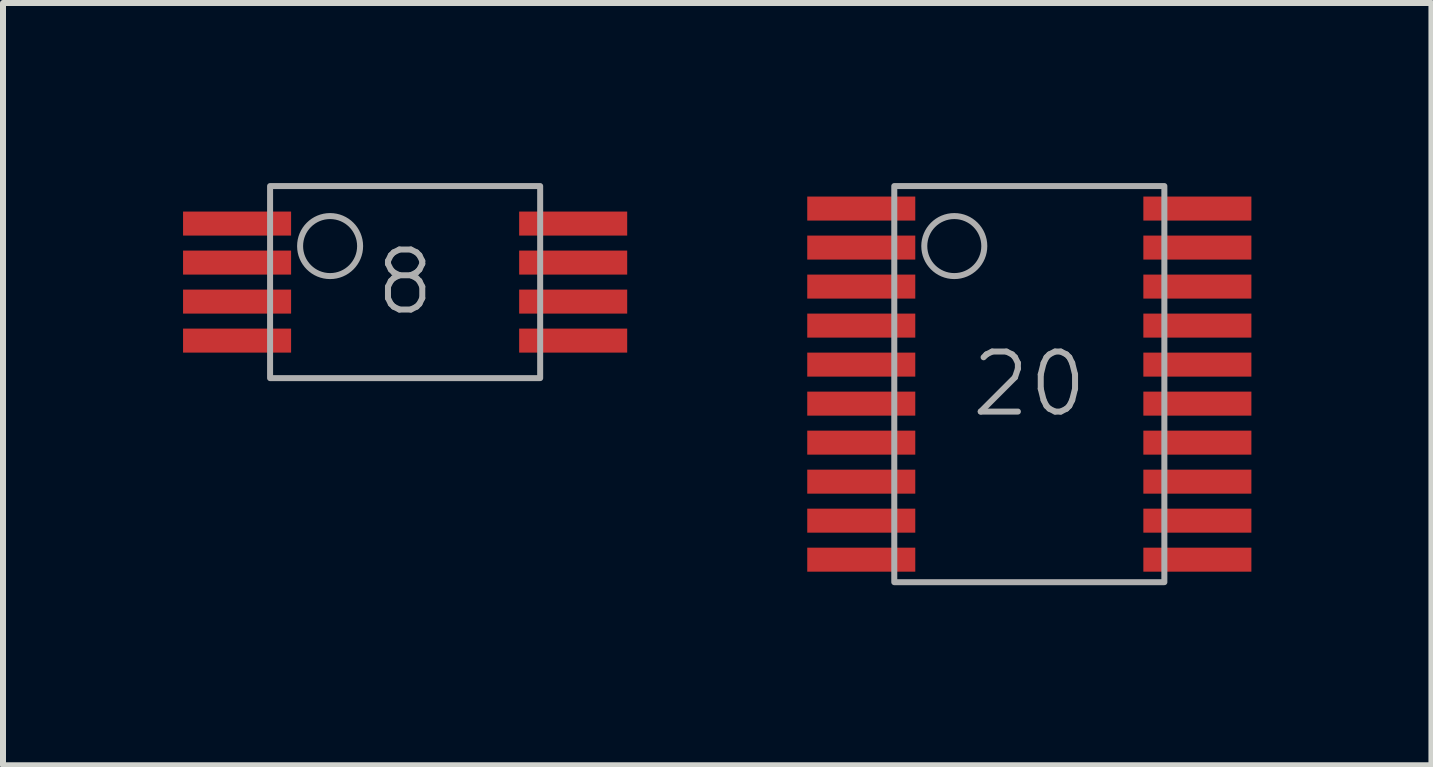
<source format=kicad_pcb>
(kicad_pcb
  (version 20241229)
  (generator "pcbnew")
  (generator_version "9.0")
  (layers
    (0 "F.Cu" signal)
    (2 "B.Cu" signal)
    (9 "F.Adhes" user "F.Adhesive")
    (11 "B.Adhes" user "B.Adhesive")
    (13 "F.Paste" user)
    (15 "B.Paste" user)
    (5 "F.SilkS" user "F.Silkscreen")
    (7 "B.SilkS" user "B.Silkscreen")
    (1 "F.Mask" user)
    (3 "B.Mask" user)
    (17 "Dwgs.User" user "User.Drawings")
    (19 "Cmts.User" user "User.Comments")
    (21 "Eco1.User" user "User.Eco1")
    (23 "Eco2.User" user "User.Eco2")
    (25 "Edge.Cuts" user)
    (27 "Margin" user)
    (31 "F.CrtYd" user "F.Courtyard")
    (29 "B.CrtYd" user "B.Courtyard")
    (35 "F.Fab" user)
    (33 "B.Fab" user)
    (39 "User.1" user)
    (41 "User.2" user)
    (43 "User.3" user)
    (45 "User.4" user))
  (footprint "8"
    (layer "F.Cu")
    (at 3.7 1.65)
    (property "Reference" "8" (at 0 0 0) (unlocked yes) (layer "F.Fab") (effects (font (size 1 1) (thickness 0.1))))
    (attr smd)
    (fp_rect (start -2.25 1.6) (end 2.25 -1.6) (stroke (width 0.1) (type default)) (fill no) (layer "F.Fab"))
    (fp_circle (center -1.25 -0.6) (end -0.75 -0.6) (stroke (width 0.1) (type default)) (fill no) (layer "F.Fab"))
    (pad "1" smd rect (at -2.8 -0.975) (size 1.8 0.4) (layers "F.Cu" "F.Mask" "F.Paste"))
    (pad "2" smd rect (at -2.8 -0.325) (size 1.8 0.4) (layers "F.Cu" "F.Mask" "F.Paste"))
    (pad "3" smd rect (at -2.8 0.325) (size 1.8 0.4) (layers "F.Cu" "F.Mask" "F.Paste"))
    (pad "4" smd rect (at -2.8 0.975) (size 1.8 0.4) (layers "F.Cu" "F.Mask" "F.Paste"))
    (pad "5" smd rect (at 2.8 0.975) (size 1.8 0.4) (layers "F.Cu" "F.Mask" "F.Paste"))
    (pad "6" smd rect (at 2.8 0.325) (size 1.8 0.4) (layers "F.Cu" "F.Mask" "F.Paste"))
    (pad "7" smd rect (at 2.8 -0.325) (size 1.8 0.4) (layers "F.Cu" "F.Mask" "F.Paste"))
    (pad "8" smd rect (at 2.8 -0.975) (size 1.8 0.4) (layers "F.Cu" "F.Mask" "F.Paste")))
  (footprint "20"
    (layer "F.Cu")
    (at 14.1 3.35)
    (property "Reference" "20" (at 0 0 0) (unlocked yes) (layer "F.Fab") (effects (font (size 1 1) (thickness 0.1))))
    (attr smd)
    (fp_rect (start -2.25 3.3) (end 2.25 -3.3) (stroke (width 0.1) (type default)) (fill no) (layer "F.Fab"))
    (fp_circle (center -1.25 -2.3) (end -0.75 -2.3) (stroke (width 0.1) (type default)) (fill no) (layer "F.Fab"))
    (pad "1" smd rect (at -2.8 -2.925) (size 1.8 0.4) (layers "F.Cu" "F.Mask" "F.Paste"))
    (pad "2" smd rect (at -2.8 -2.275) (size 1.8 0.4) (layers "F.Cu" "F.Mask" "F.Paste"))
    (pad "3" smd rect (at -2.8 -1.625) (size 1.8 0.4) (layers "F.Cu" "F.Mask" "F.Paste"))
    (pad "4" smd rect (at -2.8 -0.975) (size 1.8 0.4) (layers "F.Cu" "F.Mask" "F.Paste"))
    (pad "5" smd rect (at -2.8 -0.325) (size 1.8 0.4) (layers "F.Cu" "F.Mask" "F.Paste"))
    (pad "6" smd rect (at -2.8 0.325) (size 1.8 0.4) (layers "F.Cu" "F.Mask" "F.Paste"))
    (pad "7" smd rect (at -2.8 0.975) (size 1.8 0.4) (layers "F.Cu" "F.Mask" "F.Paste"))
    (pad "8" smd rect (at -2.8 1.625) (size 1.8 0.4) (layers "F.Cu" "F.Mask" "F.Paste"))
    (pad "9" smd rect (at -2.8 2.275) (size 1.8 0.4) (layers "F.Cu" "F.Mask" "F.Paste"))
    (pad "10" smd rect (at -2.8 2.925) (size 1.8 0.4) (layers "F.Cu" "F.Mask" "F.Paste"))
    (pad "11" smd rect (at 2.8 2.925) (size 1.8 0.4) (layers "F.Cu" "F.Mask" "F.Paste"))
    (pad "12" smd rect (at 2.8 2.275) (size 1.8 0.4) (layers "F.Cu" "F.Mask" "F.Paste"))
    (pad "13" smd rect (at 2.8 1.625) (size 1.8 0.4) (layers "F.Cu" "F.Mask" "F.Paste"))
    (pad "14" smd rect (at 2.8 0.975) (size 1.8 0.4) (layers "F.Cu" "F.Mask" "F.Paste"))
    (pad "15" smd rect (at 2.8 0.325) (size 1.8 0.4) (layers "F.Cu" "F.Mask" "F.Paste"))
    (pad "16" smd rect (at 2.8 -0.325) (size 1.8 0.4) (layers "F.Cu" "F.Mask" "F.Paste"))
    (pad "17" smd rect (at 2.8 -0.975) (size 1.8 0.4) (layers "F.Cu" "F.Mask" "F.Paste"))
    (pad "18" smd rect (at 2.8 -1.625) (size 1.8 0.4) (layers "F.Cu" "F.Mask" "F.Paste"))
    (pad "19" smd rect (at 2.8 -2.275) (size 1.8 0.4) (layers "F.Cu" "F.Mask" "F.Paste"))
    (pad "20" smd rect (at 2.8 -2.925) (size 1.8 0.4) (layers "F.Cu" "F.Mask" "F.Paste")))
  (gr_rect
    (start -3 -3)
    (end 20.8 9.7)
    (stroke (width 0.1) (type default))
    (fill no)
    (layer "Edge.Cuts")))
</source>
